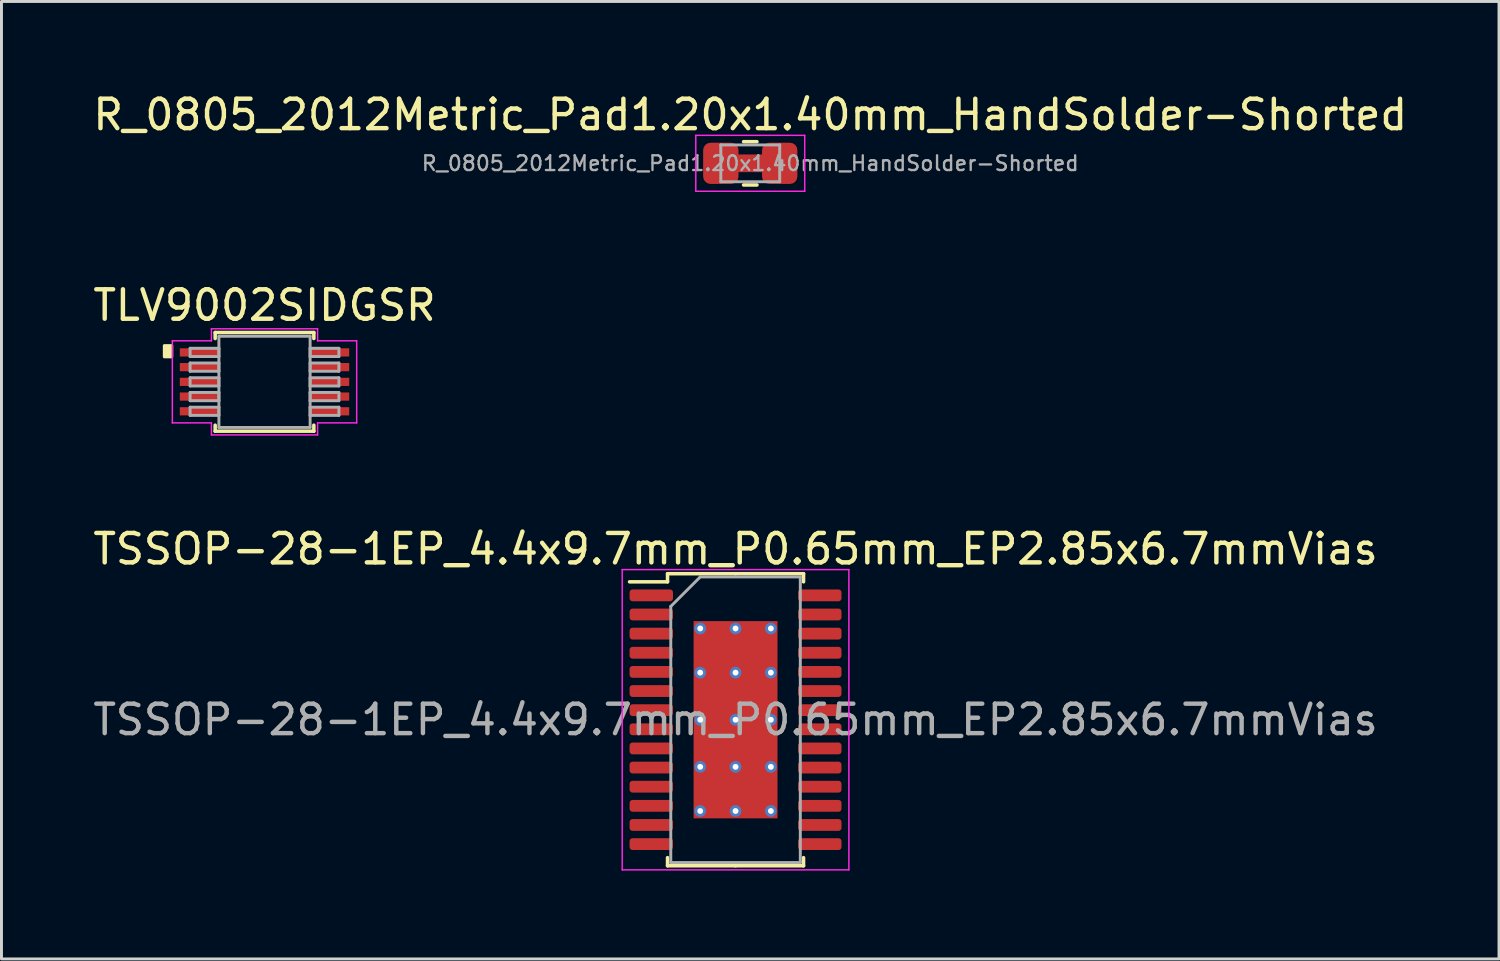
<source format=kicad_pcb>
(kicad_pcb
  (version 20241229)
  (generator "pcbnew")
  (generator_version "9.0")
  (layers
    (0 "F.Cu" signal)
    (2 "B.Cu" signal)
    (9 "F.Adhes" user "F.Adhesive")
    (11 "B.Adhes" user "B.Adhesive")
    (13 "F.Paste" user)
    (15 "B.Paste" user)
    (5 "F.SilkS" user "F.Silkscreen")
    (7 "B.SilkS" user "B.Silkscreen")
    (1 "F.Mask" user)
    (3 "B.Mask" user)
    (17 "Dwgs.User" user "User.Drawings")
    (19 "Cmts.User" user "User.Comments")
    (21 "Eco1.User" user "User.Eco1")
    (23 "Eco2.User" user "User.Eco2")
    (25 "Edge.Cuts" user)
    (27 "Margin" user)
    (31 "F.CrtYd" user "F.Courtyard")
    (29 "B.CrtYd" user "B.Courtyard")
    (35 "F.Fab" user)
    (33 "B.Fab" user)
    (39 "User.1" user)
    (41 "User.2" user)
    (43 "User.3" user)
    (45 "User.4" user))
  (footprint "R_0805_2012Metric_Pad1.20x1.40mm_HandSolder-Shorted"
    (layer "F.Cu")
    (at 22.435 2.498)
    (property "Reference" "R_0805_2012Metric_Pad1.20x1.40mm_HandSolder-Shorted" (at 0 -1.65 0) (layer "F.SilkS") (effects (font (size 1 1) (thickness 0.15))))
    (attr smd)
    (fp_rect (start -0.5 -0.2) (end 0.5 0.2) (stroke (width 0.2) (type solid)) (fill yes) (layer "F.Cu"))
    (fp_line (start -0.227 -0.735) (end 0.227 -0.735) (stroke (width 0.12) (type solid)) (layer "F.SilkS"))
    (fp_line (start -0.227 0.735) (end 0.227 0.735) (stroke (width 0.12) (type solid)) (layer "F.SilkS"))
    (fp_line (start -1.85 -0.95) (end 1.85 -0.95) (stroke (width 0.05) (type solid)) (layer "F.CrtYd"))
    (fp_line (start -1.85 0.95) (end -1.85 -0.95) (stroke (width 0.05) (type solid)) (layer "F.CrtYd"))
    (fp_line (start 1.85 -0.95) (end 1.85 0.95) (stroke (width 0.05) (type solid)) (layer "F.CrtYd"))
    (fp_line (start 1.85 0.95) (end -1.85 0.95) (stroke (width 0.05) (type solid)) (layer "F.CrtYd"))
    (fp_line (start -1 -0.625) (end 1 -0.625) (stroke (width 0.1) (type solid)) (layer "F.Fab"))
    (fp_line (start -1 0.625) (end -1 -0.625) (stroke (width 0.1) (type solid)) (layer "F.Fab"))
    (fp_line (start 1 -0.625) (end 1 0.625) (stroke (width 0.1) (type solid)) (layer "F.Fab"))
    (fp_line (start 1 0.625) (end -1 0.625) (stroke (width 0.1) (type solid)) (layer "F.Fab"))
    (fp_text user "${REFERENCE}" (at 0 0 0) (layer "F.Fab") (effects (font (size 0.5 0.5) (thickness 0.08))))
    (pad "1" smd roundrect (at -1 0) (size 1.2 1.4) (layers "F.Cu" "F.Mask" "F.Paste") (roundrect_rratio 0.208))
    (pad "2" smd roundrect (at 1 0) (size 1.2 1.4) (layers "F.Cu" "F.Mask" "F.Paste") (roundrect_rratio 0.208)))
  (footprint "TLV9002SIDGSR"
    (layer "F.Cu")
    (at 5.935 9.921)
    (property "Reference" "TLV9002SIDGSR" (at 0 -2.6 0) (layer "F.SilkS") (effects (font (size 1 1) (thickness 0.15))))
    (attr through_hole)
    (fp_line (start -1.676 -1.676) (end -1.676 -1.472) (stroke (width 0.12) (type solid)) (layer "F.SilkS"))
    (fp_line (start -1.676 1.472) (end -1.676 1.676) (stroke (width 0.12) (type solid)) (layer "F.SilkS"))
    (fp_line (start -1.676 1.676) (end 1.676 1.676) (stroke (width 0.12) (type solid)) (layer "F.SilkS"))
    (fp_line (start 1.676 -1.676) (end -1.676 -1.676) (stroke (width 0.12) (type solid)) (layer "F.SilkS"))
    (fp_line (start 1.676 -1.472) (end 1.676 -1.676) (stroke (width 0.12) (type solid)) (layer "F.SilkS"))
    (fp_line (start 1.676 1.676) (end 1.676 1.472) (stroke (width 0.12) (type solid)) (layer "F.SilkS"))
    (fp_poly (pts (xy -3.15 -1.231) (xy -3.15 -0.85) (xy -3.404 -0.85) (xy -3.404 -1.231)) (stroke (width 0.1) (type solid)) (fill yes) (layer "F.SilkS"))
    (fp_line (start -3.131 -1.394) (end -1.803 -1.394) (stroke (width 0.05) (type solid)) (layer "F.CrtYd"))
    (fp_line (start -3.131 1.394) (end -3.131 -1.394) (stroke (width 0.05) (type solid)) (layer "F.CrtYd"))
    (fp_line (start -1.803 -1.803) (end 1.803 -1.803) (stroke (width 0.05) (type solid)) (layer "F.CrtYd"))
    (fp_line (start -1.803 -1.394) (end -1.803 -1.803) (stroke (width 0.05) (type solid)) (layer "F.CrtYd"))
    (fp_line (start -1.803 1.394) (end -3.131 1.394) (stroke (width 0.05) (type solid)) (layer "F.CrtYd"))
    (fp_line (start -1.803 1.803) (end -1.803 1.394) (stroke (width 0.05) (type solid)) (layer "F.CrtYd"))
    (fp_line (start 1.803 -1.803) (end 1.803 -1.394) (stroke (width 0.05) (type solid)) (layer "F.CrtYd"))
    (fp_line (start 1.803 -1.394) (end 3.131 -1.394) (stroke (width 0.05) (type solid)) (layer "F.CrtYd"))
    (fp_line (start 1.803 1.394) (end 1.803 1.803) (stroke (width 0.05) (type solid)) (layer "F.CrtYd"))
    (fp_line (start 1.803 1.803) (end -1.803 1.803) (stroke (width 0.05) (type solid)) (layer "F.CrtYd"))
    (fp_line (start 3.131 -1.394) (end 3.131 1.394) (stroke (width 0.05) (type solid)) (layer "F.CrtYd"))
    (fp_line (start 3.131 1.394) (end 1.803 1.394) (stroke (width 0.05) (type solid)) (layer "F.CrtYd"))
    (fp_line (start -2.527 -1.14) (end -2.527 -0.86) (stroke (width 0.1) (type solid)) (layer "F.Fab"))
    (fp_line (start -2.527 -0.86) (end -1.549 -0.86) (stroke (width 0.1) (type solid)) (layer "F.Fab"))
    (fp_line (start -2.527 -0.64) (end -2.527 -0.36) (stroke (width 0.1) (type solid)) (layer "F.Fab"))
    (fp_line (start -2.527 -0.36) (end -1.549 -0.36) (stroke (width 0.1) (type solid)) (layer "F.Fab"))
    (fp_line (start -2.527 -0.14) (end -2.527 0.14) (stroke (width 0.1) (type solid)) (layer "F.Fab"))
    (fp_line (start -2.527 0.14) (end -1.549 0.14) (stroke (width 0.1) (type solid)) (layer "F.Fab"))
    (fp_line (start -2.527 0.36) (end -2.527 0.64) (stroke (width 0.1) (type solid)) (layer "F.Fab"))
    (fp_line (start -2.527 0.64) (end -1.549 0.64) (stroke (width 0.1) (type solid)) (layer "F.Fab"))
    (fp_line (start -2.527 0.86) (end -2.527 1.14) (stroke (width 0.1) (type solid)) (layer "F.Fab"))
    (fp_line (start -2.527 1.14) (end -1.549 1.14) (stroke (width 0.1) (type solid)) (layer "F.Fab"))
    (fp_line (start -1.549 -1.549) (end -1.549 1.549) (stroke (width 0.1) (type solid)) (layer "F.Fab"))
    (fp_line (start -1.549 -1.14) (end -2.527 -1.14) (stroke (width 0.1) (type solid)) (layer "F.Fab"))
    (fp_line (start -1.549 -0.86) (end -1.549 -1.14) (stroke (width 0.1) (type solid)) (layer "F.Fab"))
    (fp_line (start -1.549 -0.64) (end -2.527 -0.64) (stroke (width 0.1) (type solid)) (layer "F.Fab"))
    (fp_line (start -1.549 -0.36) (end -1.549 -0.64) (stroke (width 0.1) (type solid)) (layer "F.Fab"))
    (fp_line (start -1.549 -0.14) (end -2.527 -0.14) (stroke (width 0.1) (type solid)) (layer "F.Fab"))
    (fp_line (start -1.549 0.14) (end -1.549 -0.14) (stroke (width 0.1) (type solid)) (layer "F.Fab"))
    (fp_line (start -1.549 0.36) (end -2.527 0.36) (stroke (width 0.1) (type solid)) (layer "F.Fab"))
    (fp_line (start -1.549 0.64) (end -1.549 0.36) (stroke (width 0.1) (type solid)) (layer "F.Fab"))
    (fp_line (start -1.549 0.86) (end -2.527 0.86) (stroke (width 0.1) (type solid)) (layer "F.Fab"))
    (fp_line (start -1.549 1.14) (end -1.549 0.86) (stroke (width 0.1) (type solid)) (layer "F.Fab"))
    (fp_line (start -1.549 1.549) (end 1.549 1.549) (stroke (width 0.1) (type solid)) (layer "F.Fab"))
    (fp_line (start 1.549 -1.549) (end -1.549 -1.549) (stroke (width 0.1) (type solid)) (layer "F.Fab"))
    (fp_line (start 1.549 -1.14) (end 1.549 -0.86) (stroke (width 0.1) (type solid)) (layer "F.Fab"))
    (fp_line (start 1.549 -0.86) (end 2.527 -0.86) (stroke (width 0.1) (type solid)) (layer "F.Fab"))
    (fp_line (start 1.549 -0.64) (end 1.549 -0.36) (stroke (width 0.1) (type solid)) (layer "F.Fab"))
    (fp_line (start 1.549 -0.36) (end 2.527 -0.36) (stroke (width 0.1) (type solid)) (layer "F.Fab"))
    (fp_line (start 1.549 -0.14) (end 1.549 0.14) (stroke (width 0.1) (type solid)) (layer "F.Fab"))
    (fp_line (start 1.549 0.14) (end 2.527 0.14) (stroke (width 0.1) (type solid)) (layer "F.Fab"))
    (fp_line (start 1.549 0.36) (end 1.549 0.64) (stroke (width 0.1) (type solid)) (layer "F.Fab"))
    (fp_line (start 1.549 0.64) (end 2.527 0.64) (stroke (width 0.1) (type solid)) (layer "F.Fab"))
    (fp_line (start 1.549 0.86) (end 1.549 1.14) (stroke (width 0.1) (type solid)) (layer "F.Fab"))
    (fp_line (start 1.549 1.14) (end 2.527 1.14) (stroke (width 0.1) (type solid)) (layer "F.Fab"))
    (fp_line (start 1.549 1.549) (end 1.549 -1.549) (stroke (width 0.1) (type solid)) (layer "F.Fab"))
    (fp_line (start 2.527 -1.14) (end 1.549 -1.14) (stroke (width 0.1) (type solid)) (layer "F.Fab"))
    (fp_line (start 2.527 -0.86) (end 2.527 -1.14) (stroke (width 0.1) (type solid)) (layer "F.Fab"))
    (fp_line (start 2.527 -0.64) (end 1.549 -0.64) (stroke (width 0.1) (type solid)) (layer "F.Fab"))
    (fp_line (start 2.527 -0.36) (end 2.527 -0.64) (stroke (width 0.1) (type solid)) (layer "F.Fab"))
    (fp_line (start 2.527 -0.14) (end 1.549 -0.14) (stroke (width 0.1) (type solid)) (layer "F.Fab"))
    (fp_line (start 2.527 0.14) (end 2.527 -0.14) (stroke (width 0.1) (type solid)) (layer "F.Fab"))
    (fp_line (start 2.527 0.36) (end 1.549 0.36) (stroke (width 0.1) (type solid)) (layer "F.Fab"))
    (fp_line (start 2.527 0.64) (end 2.527 0.36) (stroke (width 0.1) (type solid)) (layer "F.Fab"))
    (fp_line (start 2.527 0.86) (end 1.549 0.86) (stroke (width 0.1) (type solid)) (layer "F.Fab"))
    (fp_line (start 2.527 1.14) (end 2.527 0.86) (stroke (width 0.1) (type solid)) (layer "F.Fab"))
    (pad "1" smd rect (at -2.213 -1) (size 1.328 0.279) (layers "F.Cu" "F.Mask" "F.Paste"))
    (pad "2" smd rect (at -2.213 -0.5) (size 1.328 0.279) (layers "F.Cu" "F.Mask" "F.Paste"))
    (pad "3" smd rect (at -2.213 0) (size 1.328 0.279) (layers "F.Cu" "F.Mask" "F.Paste"))
    (pad "4" smd rect (at -2.213 0.5) (size 1.328 0.279) (layers "F.Cu" "F.Mask" "F.Paste"))
    (pad "5" smd rect (at -2.213 1) (size 1.328 0.279) (layers "F.Cu" "F.Mask" "F.Paste"))
    (pad "6" smd rect (at 2.213 1) (size 1.328 0.279) (layers "F.Cu" "F.Mask" "F.Paste"))
    (pad "7" smd rect (at 2.213 0.5) (size 1.328 0.279) (layers "F.Cu" "F.Mask" "F.Paste"))
    (pad "8" smd rect (at 2.213 0) (size 1.328 0.279) (layers "F.Cu" "F.Mask" "F.Paste"))
    (pad "9" smd rect (at 2.213 -0.5) (size 1.328 0.279) (layers "F.Cu" "F.Mask" "F.Paste"))
    (pad "10" smd rect (at 2.213 -1) (size 1.328 0.279) (layers "F.Cu" "F.Mask" "F.Paste")))
  (footprint "TSSOP-28-1EP_4.4x9.7mm_P0.65mm_EP2.85x6.7mmVias"
    (layer "F.Cu")
    (at 21.935 21.398)
    (property "Reference" "TSSOP-28-1EP_4.4x9.7mm_P0.65mm_EP2.85x6.7mmVias" (at 0 -5.8 0) (layer "F.SilkS") (effects (font (size 1 1) (thickness 0.15))))
    (attr smd)
    (fp_line (start -2.31 -4.96) (end -2.31 -4.685) (stroke (width 0.12) (type solid)) (layer "F.SilkS"))
    (fp_line (start -2.31 -4.685) (end -3.6 -4.685) (stroke (width 0.12) (type solid)) (layer "F.SilkS"))
    (fp_line (start -2.31 4.96) (end -2.31 4.685) (stroke (width 0.12) (type solid)) (layer "F.SilkS"))
    (fp_line (start 0 -4.96) (end -2.31 -4.96) (stroke (width 0.12) (type solid)) (layer "F.SilkS"))
    (fp_line (start 0 -4.96) (end 2.31 -4.96) (stroke (width 0.12) (type solid)) (layer "F.SilkS"))
    (fp_line (start 0 4.96) (end -2.31 4.96) (stroke (width 0.12) (type solid)) (layer "F.SilkS"))
    (fp_line (start 0 4.96) (end 2.31 4.96) (stroke (width 0.12) (type solid)) (layer "F.SilkS"))
    (fp_line (start 2.31 -4.96) (end 2.31 -4.685) (stroke (width 0.12) (type solid)) (layer "F.SilkS"))
    (fp_line (start 2.31 4.96) (end 2.31 4.685) (stroke (width 0.12) (type solid)) (layer "F.SilkS"))
    (fp_poly (pts (xy -0.35 -2.75) (xy -0.15 -2.75) (xy -0.15 -1.95) (xy -0.35 -1.95) (xy -0.35 -1.75) (xy -0.85 -1.75) (xy -0.85 -1.95) (xy -1.2 -1.95) (xy -1.2 -2.75) (xy -0.85 -2.75) (xy -0.85 -3.2) (xy -0.35 -3.2)) (stroke (width 0.12) (type solid)) (fill yes) (layer "F.Paste"))
    (fp_poly (pts (xy -0.35 -1.25) (xy -0.15 -1.25) (xy -0.15 -0.35) (xy -0.35 -0.35) (xy -0.35 -0.15) (xy -0.85 -0.15) (xy -0.85 -0.35) (xy -1.2 -0.35) (xy -1.2 -1.25) (xy -0.85 -1.25) (xy -0.85 -1.45) (xy -0.35 -1.45)) (stroke (width 0.12) (type solid)) (fill yes) (layer "F.Paste"))
    (fp_poly (pts (xy -0.35 0.35) (xy -0.15 0.35) (xy -0.15 1.25) (xy -0.35 1.25) (xy -0.35 1.45) (xy -0.85 1.45) (xy -0.85 1.25) (xy -1.2 1.25) (xy -1.2 0.35) (xy -0.85 0.35) (xy -0.85 0.15) (xy -0.35 0.15)) (stroke (width 0.12) (type solid)) (fill yes) (layer "F.Paste"))
    (fp_poly (pts (xy -0.35 1.95) (xy -0.15 1.95) (xy -0.15 2.75) (xy -0.35 2.75) (xy -0.35 3.2) (xy -0.85 3.2) (xy -0.85 2.75) (xy -1.2 2.75) (xy -1.2 1.95) (xy -0.85 1.95) (xy -0.85 1.75) (xy -0.35 1.75)) (stroke (width 0.12) (type solid)) (fill yes) (layer "F.Paste"))
    (fp_poly (pts (xy 0.35 -2.75) (xy 0.15 -2.75) (xy 0.15 -1.95) (xy 0.35 -1.95) (xy 0.35 -1.75) (xy 0.85 -1.75) (xy 0.85 -1.95) (xy 1.2 -1.95) (xy 1.2 -2.75) (xy 0.85 -2.75) (xy 0.85 -3.2) (xy 0.35 -3.2)) (stroke (width 0.12) (type solid)) (fill yes) (layer "F.Paste"))
    (fp_poly (pts (xy 0.35 -1.25) (xy 0.15 -1.25) (xy 0.15 -0.35) (xy 0.35 -0.35) (xy 0.35 -0.15) (xy 0.85 -0.15) (xy 0.85 -0.35) (xy 1.2 -0.35) (xy 1.2 -1.25) (xy 0.85 -1.25) (xy 0.85 -1.45) (xy 0.35 -1.45)) (stroke (width 0.12) (type solid)) (fill yes) (layer "F.Paste"))
    (fp_poly (pts (xy 0.35 0.35) (xy 0.15 0.35) (xy 0.15 1.25) (xy 0.35 1.25) (xy 0.35 1.45) (xy 0.85 1.45) (xy 0.85 1.25) (xy 1.2 1.25) (xy 1.2 0.35) (xy 0.85 0.35) (xy 0.85 0.15) (xy 0.35 0.15)) (stroke (width 0.12) (type solid)) (fill yes) (layer "F.Paste"))
    (fp_poly (pts (xy 0.35 1.95) (xy 0.15 1.95) (xy 0.15 2.75) (xy 0.35 2.75) (xy 0.35 3.2) (xy 0.85 3.2) (xy 0.85 2.75) (xy 1.2 2.75) (xy 1.2 1.95) (xy 0.85 1.95) (xy 0.85 1.75) (xy 0.35 1.75)) (stroke (width 0.12) (type solid)) (fill yes) (layer "F.Paste"))
    (fp_line (start -3.85 -5.1) (end -3.85 5.1) (stroke (width 0.05) (type solid)) (layer "F.CrtYd"))
    (fp_line (start -3.85 5.1) (end 3.85 5.1) (stroke (width 0.05) (type solid)) (layer "F.CrtYd"))
    (fp_line (start 3.85 -5.1) (end -3.85 -5.1) (stroke (width 0.05) (type solid)) (layer "F.CrtYd"))
    (fp_line (start 3.85 5.1) (end 3.85 -5.1) (stroke (width 0.05) (type solid)) (layer "F.CrtYd"))
    (fp_line (start -2.2 -3.85) (end -1.2 -4.85) (stroke (width 0.1) (type solid)) (layer "F.Fab"))
    (fp_line (start -2.2 4.85) (end -2.2 -3.85) (stroke (width 0.1) (type solid)) (layer "F.Fab"))
    (fp_line (start -1.2 -4.85) (end 2.2 -4.85) (stroke (width 0.1) (type solid)) (layer "F.Fab"))
    (fp_line (start 2.2 -4.85) (end 2.2 4.85) (stroke (width 0.1) (type solid)) (layer "F.Fab"))
    (fp_line (start 2.2 4.85) (end -2.2 4.85) (stroke (width 0.1) (type solid)) (layer "F.Fab"))
    (fp_text user "${REFERENCE}" (at 0 0 0) (layer "F.Fab") (effects (font (size 1 1) (thickness 0.15))))
    (pad "1" smd roundrect (at -2.862 -4.225) (size 1.475 0.4) (layers "F.Cu" "F.Mask" "F.Paste") (roundrect_rratio 0.25))
    (pad "2" smd roundrect (at -2.862 -3.575) (size 1.475 0.4) (layers "F.Cu" "F.Mask" "F.Paste") (roundrect_rratio 0.25))
    (pad "3" smd roundrect (at -2.862 -2.925) (size 1.475 0.4) (layers "F.Cu" "F.Mask" "F.Paste") (roundrect_rratio 0.25))
    (pad "4" smd roundrect (at -2.862 -2.275) (size 1.475 0.4) (layers "F.Cu" "F.Mask" "F.Paste") (roundrect_rratio 0.25))
    (pad "5" smd roundrect (at -2.862 -1.625) (size 1.475 0.4) (layers "F.Cu" "F.Mask" "F.Paste") (roundrect_rratio 0.25))
    (pad "6" smd roundrect (at -2.862 -0.975) (size 1.475 0.4) (layers "F.Cu" "F.Mask" "F.Paste") (roundrect_rratio 0.25))
    (pad "7" smd roundrect (at -2.862 -0.325) (size 1.475 0.4) (layers "F.Cu" "F.Mask" "F.Paste") (roundrect_rratio 0.25))
    (pad "8" smd roundrect (at -2.862 0.325) (size 1.475 0.4) (layers "F.Cu" "F.Mask" "F.Paste") (roundrect_rratio 0.25))
    (pad "9" smd roundrect (at -2.862 0.975) (size 1.475 0.4) (layers "F.Cu" "F.Mask" "F.Paste") (roundrect_rratio 0.25))
    (pad "10" smd roundrect (at -2.862 1.625) (size 1.475 0.4) (layers "F.Cu" "F.Mask" "F.Paste") (roundrect_rratio 0.25))
    (pad "11" smd roundrect (at -2.862 2.275) (size 1.475 0.4) (layers "F.Cu" "F.Mask" "F.Paste") (roundrect_rratio 0.25))
    (pad "12" smd roundrect (at -2.862 2.925) (size 1.475 0.4) (layers "F.Cu" "F.Mask" "F.Paste") (roundrect_rratio 0.25))
    (pad "13" smd roundrect (at -2.862 3.575) (size 1.475 0.4) (layers "F.Cu" "F.Mask" "F.Paste") (roundrect_rratio 0.25))
    (pad "14" smd roundrect (at -2.862 4.225) (size 1.475 0.4) (layers "F.Cu" "F.Mask" "F.Paste") (roundrect_rratio 0.25))
    (pad "15" smd roundrect (at 2.862 4.225) (size 1.475 0.4) (layers "F.Cu" "F.Mask" "F.Paste") (roundrect_rratio 0.25))
    (pad "16" smd roundrect (at 2.862 3.575) (size 1.475 0.4) (layers "F.Cu" "F.Mask" "F.Paste") (roundrect_rratio 0.25))
    (pad "17" smd roundrect (at 2.862 2.925) (size 1.475 0.4) (layers "F.Cu" "F.Mask" "F.Paste") (roundrect_rratio 0.25))
    (pad "18" smd roundrect (at 2.862 2.275) (size 1.475 0.4) (layers "F.Cu" "F.Mask" "F.Paste") (roundrect_rratio 0.25))
    (pad "19" smd roundrect (at 2.862 1.625) (size 1.475 0.4) (layers "F.Cu" "F.Mask" "F.Paste") (roundrect_rratio 0.25))
    (pad "20" smd roundrect (at 2.862 0.975) (size 1.475 0.4) (layers "F.Cu" "F.Mask" "F.Paste") (roundrect_rratio 0.25))
    (pad "21" smd roundrect (at 2.862 0.325) (size 1.475 0.4) (layers "F.Cu" "F.Mask" "F.Paste") (roundrect_rratio 0.25))
    (pad "22" smd roundrect (at 2.862 -0.325) (size 1.475 0.4) (layers "F.Cu" "F.Mask" "F.Paste") (roundrect_rratio 0.25))
    (pad "23" smd roundrect (at 2.862 -0.975) (size 1.475 0.4) (layers "F.Cu" "F.Mask" "F.Paste") (roundrect_rratio 0.25))
    (pad "24" smd roundrect (at 2.862 -1.625) (size 1.475 0.4) (layers "F.Cu" "F.Mask" "F.Paste") (roundrect_rratio 0.25))
    (pad "25" smd roundrect (at 2.862 -2.275) (size 1.475 0.4) (layers "F.Cu" "F.Mask" "F.Paste") (roundrect_rratio 0.25))
    (pad "26" smd roundrect (at 2.862 -2.925) (size 1.475 0.4) (layers "F.Cu" "F.Mask" "F.Paste") (roundrect_rratio 0.25))
    (pad "27" smd roundrect (at 2.862 -3.575) (size 1.475 0.4) (layers "F.Cu" "F.Mask" "F.Paste") (roundrect_rratio 0.25))
    (pad "28" smd roundrect (at 2.862 -4.225) (size 1.475 0.4) (layers "F.Cu" "F.Mask" "F.Paste") (roundrect_rratio 0.25))
    (pad "29" thru_hole circle (at -1.2 -3.1) (size 0.4 0.4) (drill 0.2) (layers "*.Cu" "B.Mask"))
    (pad "29" thru_hole circle (at -1.2 -1.6) (size 0.4 0.4) (drill 0.2) (layers "*.Cu" "B.Mask"))
    (pad "29" thru_hole circle (at -1.2 0) (size 0.4 0.4) (drill 0.2) (layers "*.Cu" "B.Mask"))
    (pad "29" thru_hole circle (at -1.2 1.6) (size 0.4 0.4) (drill 0.2) (layers "*.Cu" "B.Mask"))
    (pad "29" thru_hole circle (at -1.2 3.1) (size 0.4 0.4) (drill 0.2) (layers "*.Cu" "B.Mask"))
    (pad "29" thru_hole circle (at 0 -3.1) (size 0.4 0.4) (drill 0.2) (layers "*.Cu" "B.Mask"))
    (pad "29" thru_hole circle (at 0 -1.6) (size 0.4 0.4) (drill 0.2) (layers "*.Cu" "B.Mask"))
    (pad "29" thru_hole circle (at 0 0) (size 0.4 0.4) (drill 0.2) (layers "*.Cu" "B.Mask"))
    (pad "29" smd rect (at 0 0) (size 2.85 6.7) (layers "F.Cu" "F.Mask"))
    (pad "29" thru_hole circle (at 0 1.6) (size 0.4 0.4) (drill 0.2) (layers "*.Cu" "B.Mask"))
    (pad "29" thru_hole circle (at 0 3.1) (size 0.4 0.4) (drill 0.2) (layers "*.Cu" "B.Mask"))
    (pad "29" thru_hole circle (at 1.2 -3.1) (size 0.4 0.4) (drill 0.2) (layers "*.Cu" "B.Mask"))
    (pad "29" thru_hole circle (at 1.2 -1.6) (size 0.4 0.4) (drill 0.2) (layers "*.Cu" "B.Mask"))
    (pad "29" thru_hole circle (at 1.2 0) (size 0.4 0.4) (drill 0.2) (layers "*.Cu" "B.Mask"))
    (pad "29" thru_hole circle (at 1.2 1.6) (size 0.4 0.4) (drill 0.2) (layers "*.Cu" "B.Mask"))
    (pad "29" thru_hole circle (at 1.2 3.1) (size 0.4 0.4) (drill 0.2) (layers "*.Cu" "B.Mask")))
  (gr_rect
    (start -3 -3)
    (end 47.869 29.523)
    (stroke (width 0.1) (type default))
    (fill no)
    (layer "Edge.Cuts")))
</source>
